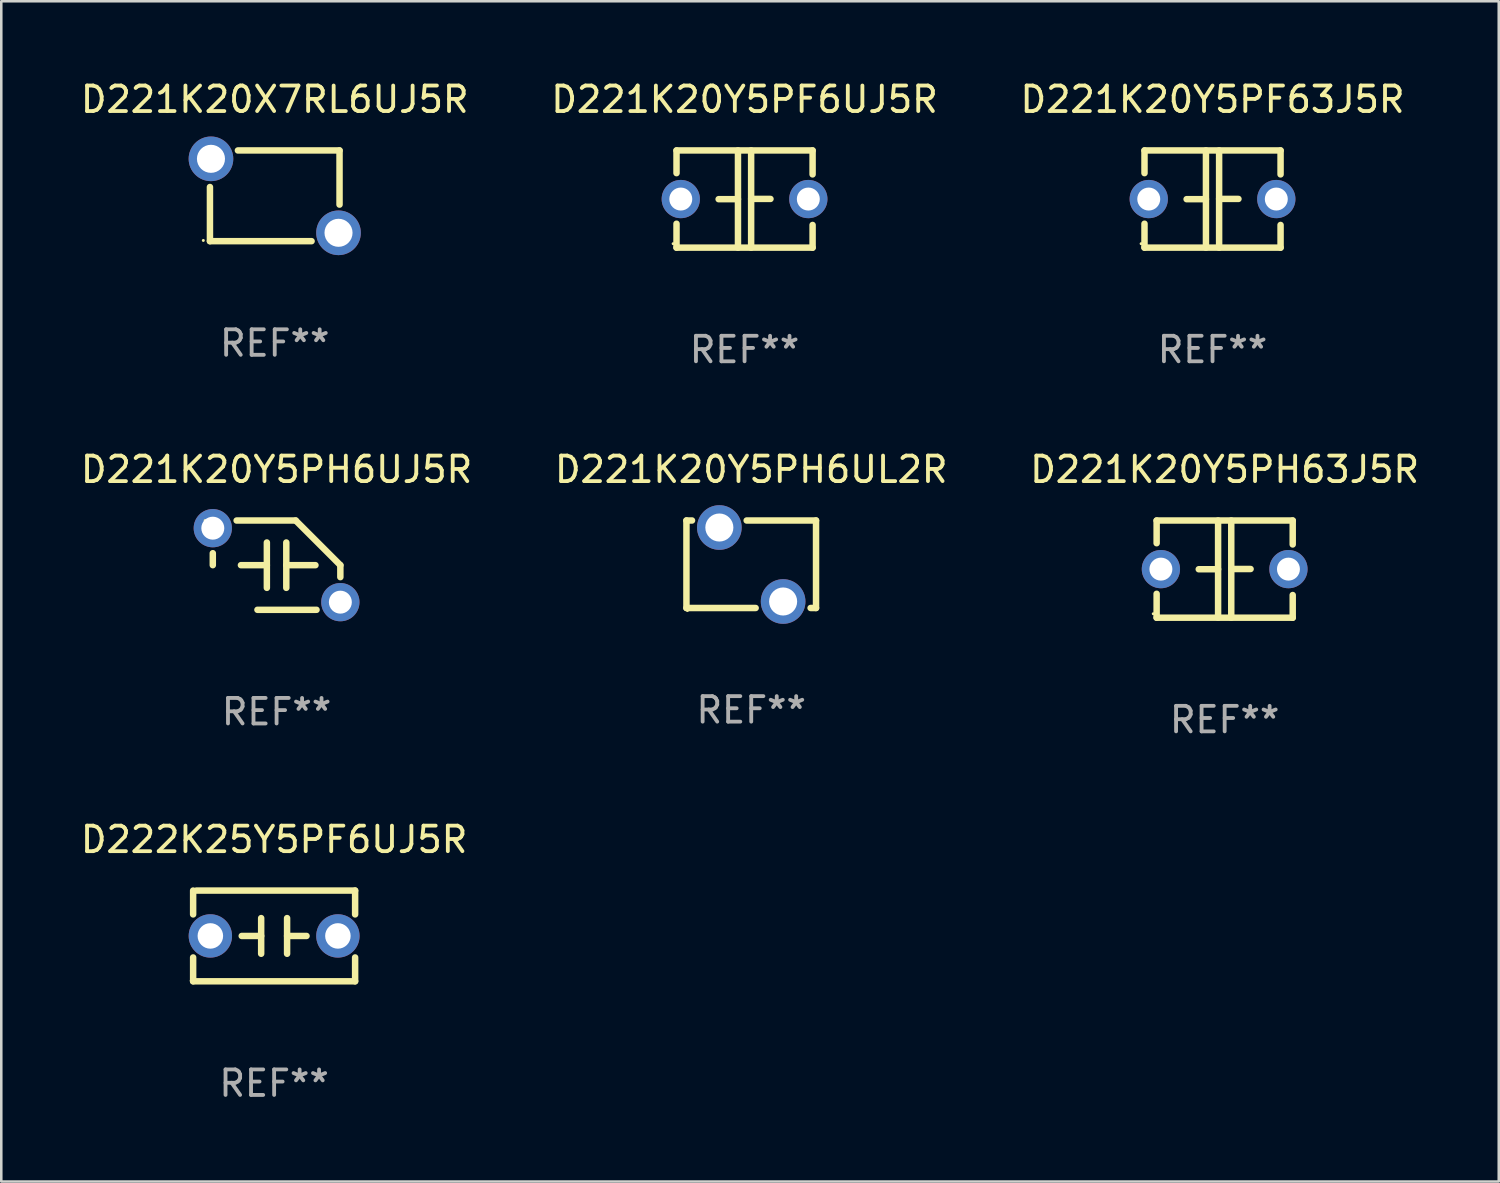
<source format=kicad_pcb>
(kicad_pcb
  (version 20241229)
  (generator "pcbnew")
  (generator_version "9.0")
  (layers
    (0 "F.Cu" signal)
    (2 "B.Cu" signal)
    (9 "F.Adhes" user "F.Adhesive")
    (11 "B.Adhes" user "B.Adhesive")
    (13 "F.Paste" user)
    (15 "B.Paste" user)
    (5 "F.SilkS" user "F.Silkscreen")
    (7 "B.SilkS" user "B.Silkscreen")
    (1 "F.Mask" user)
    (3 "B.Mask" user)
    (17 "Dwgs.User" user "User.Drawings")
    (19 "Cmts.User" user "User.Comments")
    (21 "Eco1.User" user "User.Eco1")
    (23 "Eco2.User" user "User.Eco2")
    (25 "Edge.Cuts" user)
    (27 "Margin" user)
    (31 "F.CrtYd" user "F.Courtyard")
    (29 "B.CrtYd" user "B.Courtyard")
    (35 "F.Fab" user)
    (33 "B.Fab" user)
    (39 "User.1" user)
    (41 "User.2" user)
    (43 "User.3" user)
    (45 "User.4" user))
  (footprint "D221K20Y5PF6UJ5R"
    (layer "F.Cu")
    (at 26.137 4.753)
    (property "Reference" "D221K20Y5PF6UJ5R" (at 0 -3.905 0) (layer "F.SilkS") (effects (font (size 1 1) (thickness 0.15))))
    (attr through_hole)
    (fp_line (start -2.667 -1.905) (end -2.667 -1.016) (stroke (width 0.254) (type solid)) (layer "F.SilkS"))
    (fp_line (start -2.667 0.967) (end -2.667 1.905) (stroke (width 0.254) (type solid)) (layer "F.SilkS"))
    (fp_line (start -2.667 1.905) (end 2.667 1.905) (stroke (width 0.254) (type solid)) (layer "F.SilkS"))
    (fp_line (start -0.258 0.005) (end -1.016 0.005) (stroke (width 0.254) (type solid)) (layer "F.SilkS"))
    (fp_line (start -0.258 1.905) (end -0.258 -1.905) (stroke (width 0.254) (type solid)) (layer "F.SilkS"))
    (fp_line (start 0.258 -1.905) (end 0.258 1.905) (stroke (width 0.254) (type solid)) (layer "F.SilkS"))
    (fp_line (start 0.258 -0.005) (end 1.016 -0.005) (stroke (width 0.254) (type solid)) (layer "F.SilkS"))
    (fp_line (start 2.667 -1.905) (end -2.667 -1.905) (stroke (width 0.254) (type solid)) (layer "F.SilkS"))
    (fp_line (start 2.667 -0.967) (end 2.667 -1.905) (stroke (width 0.254) (type solid)) (layer "F.SilkS"))
    (fp_line (start 2.667 1.905) (end 2.667 1.016) (stroke (width 0.254) (type solid)) (layer "F.SilkS"))
    (fp_circle (center -2.8 1.75) (end -2.77 1.75) (stroke (width 0.06) (type solid)) (fill no) (layer "F.SilkS"))
    (fp_text user "REF**" (at 0 5.905 0) (layer "F.Fab") (effects (font (size 1 1) (thickness 0.15))))
    (pad "1" thru_hole circle (at -2.5 0) (size 1.5 1.5) (drill 0.9) (layers "*.Cu" "*.Mask"))
    (pad "2" thru_hole circle (at 2.5 0) (size 1.5 1.5) (drill 0.9) (layers "*.Cu" "*.Mask")))
  (footprint "D222K25Y5PF6UJ5R"
    (layer "F.Cu")
    (at 7.696 33.639)
    (property "Reference" "D222K25Y5PF6UJ5R" (at 0 -3.778 0) (layer "F.SilkS") (effects (font (size 1 1) (thickness 0.15))))
    (attr through_hole)
    (fp_line (start -3.175 -1.778) (end -3.175 -0.844) (stroke (width 0.254) (type solid)) (layer "F.SilkS"))
    (fp_line (start -3.175 0.844) (end -3.175 1.778) (stroke (width 0.254) (type solid)) (layer "F.SilkS"))
    (fp_line (start -3.175 1.778) (end 3.175 1.778) (stroke (width 0.254) (type solid)) (layer "F.SilkS"))
    (fp_line (start -0.508 -0.699) (end -0.508 0.699) (stroke (width 0.254) (type solid)) (layer "F.SilkS"))
    (fp_line (start -0.508 0.001) (end -1.27 0.001) (stroke (width 0.254) (type solid)) (layer "F.SilkS"))
    (fp_line (start 0.508 0.001) (end 1.27 0.001) (stroke (width 0.254) (type solid)) (layer "F.SilkS"))
    (fp_line (start 0.508 0.699) (end 0.508 -0.699) (stroke (width 0.254) (type solid)) (layer "F.SilkS"))
    (fp_line (start 3.175 -1.778) (end -3.048 -1.778) (stroke (width 0.254) (type solid)) (layer "F.SilkS"))
    (fp_line (start 3.175 -0.844) (end 3.175 -1.778) (stroke (width 0.254) (type solid)) (layer "F.SilkS"))
    (fp_line (start 3.175 1.778) (end 3.175 0.844) (stroke (width 0.254) (type solid)) (layer "F.SilkS"))
    (fp_circle (center -3.25 1.75) (end -3.22 1.75) (stroke (width 0.06) (type solid)) (fill no) (layer "F.SilkS"))
    (fp_text user "REF**" (at 0 5.778 0) (layer "F.Fab") (effects (font (size 1 1) (thickness 0.15))))
    (pad "1" thru_hole circle (at -2.5 0) (size 1.7 1.7) (drill 1) (layers "*.Cu" "*.Mask"))
    (pad "2" thru_hole circle (at 2.5 0) (size 1.7 1.7) (drill 1) (layers "*.Cu" "*.Mask")))
  (footprint "D221K20Y5PH63J5R"
    (layer "F.Cu")
    (at 44.958 19.26)
    (property "Reference" "D221K20Y5PH63J5R" (at 0 -3.905 0) (layer "F.SilkS") (effects (font (size 1 1) (thickness 0.15))))
    (attr through_hole)
    (fp_line (start -2.667 -1.905) (end -2.667 -1.016) (stroke (width 0.254) (type solid)) (layer "F.SilkS"))
    (fp_line (start -2.667 0.967) (end -2.667 1.905) (stroke (width 0.254) (type solid)) (layer "F.SilkS"))
    (fp_line (start -2.667 1.905) (end 2.667 1.905) (stroke (width 0.254) (type solid)) (layer "F.SilkS"))
    (fp_line (start -0.258 0.005) (end -1.016 0.005) (stroke (width 0.254) (type solid)) (layer "F.SilkS"))
    (fp_line (start -0.258 1.905) (end -0.258 -1.905) (stroke (width 0.254) (type solid)) (layer "F.SilkS"))
    (fp_line (start 0.258 -1.905) (end 0.258 1.905) (stroke (width 0.254) (type solid)) (layer "F.SilkS"))
    (fp_line (start 0.258 -0.005) (end 1.016 -0.005) (stroke (width 0.254) (type solid)) (layer "F.SilkS"))
    (fp_line (start 2.667 -1.905) (end -2.667 -1.905) (stroke (width 0.254) (type solid)) (layer "F.SilkS"))
    (fp_line (start 2.667 -0.967) (end 2.667 -1.905) (stroke (width 0.254) (type solid)) (layer "F.SilkS"))
    (fp_line (start 2.667 1.905) (end 2.667 1.016) (stroke (width 0.254) (type solid)) (layer "F.SilkS"))
    (fp_circle (center -2.8 1.75) (end -2.77 1.75) (stroke (width 0.06) (type solid)) (fill no) (layer "F.SilkS"))
    (fp_text user "REF**" (at 0 5.905 0) (layer "F.Fab") (effects (font (size 1 1) (thickness 0.15))))
    (pad "1" thru_hole circle (at -2.5 0) (size 1.5 1.5) (drill 0.9) (layers "*.Cu" "*.Mask"))
    (pad "2" thru_hole circle (at 2.5 0) (size 1.5 1.5) (drill 0.9) (layers "*.Cu" "*.Mask")))
  (footprint "D221K20Y5PF63J5R"
    (layer "F.Cu")
    (at 44.482 4.753)
    (property "Reference" "D221K20Y5PF63J5R" (at 0 -3.905 0) (layer "F.SilkS") (effects (font (size 1 1) (thickness 0.15))))
    (attr through_hole)
    (fp_line (start -2.667 -1.905) (end -2.667 -1.016) (stroke (width 0.254) (type solid)) (layer "F.SilkS"))
    (fp_line (start -2.667 0.967) (end -2.667 1.905) (stroke (width 0.254) (type solid)) (layer "F.SilkS"))
    (fp_line (start -2.667 1.905) (end 2.667 1.905) (stroke (width 0.254) (type solid)) (layer "F.SilkS"))
    (fp_line (start -0.258 0.005) (end -1.016 0.005) (stroke (width 0.254) (type solid)) (layer "F.SilkS"))
    (fp_line (start -0.258 1.905) (end -0.258 -1.905) (stroke (width 0.254) (type solid)) (layer "F.SilkS"))
    (fp_line (start 0.258 -1.905) (end 0.258 1.905) (stroke (width 0.254) (type solid)) (layer "F.SilkS"))
    (fp_line (start 0.258 -0.005) (end 1.016 -0.005) (stroke (width 0.254) (type solid)) (layer "F.SilkS"))
    (fp_line (start 2.667 -1.905) (end -2.667 -1.905) (stroke (width 0.254) (type solid)) (layer "F.SilkS"))
    (fp_line (start 2.667 -0.967) (end 2.667 -1.905) (stroke (width 0.254) (type solid)) (layer "F.SilkS"))
    (fp_line (start 2.667 1.905) (end 2.667 1.016) (stroke (width 0.254) (type solid)) (layer "F.SilkS"))
    (fp_circle (center -2.8 1.75) (end -2.77 1.75) (stroke (width 0.06) (type solid)) (fill no) (layer "F.SilkS"))
    (fp_text user "REF**" (at 0 5.905 0) (layer "F.Fab") (effects (font (size 1 1) (thickness 0.15))))
    (pad "1" thru_hole circle (at -2.5 0) (size 1.5 1.5) (drill 0.9) (layers "*.Cu" "*.Mask"))
    (pad "2" thru_hole circle (at 2.5 0) (size 1.5 1.5) (drill 0.9) (layers "*.Cu" "*.Mask")))
  (footprint "D221K20X7RL6UJ5R"
    (layer "F.Cu")
    (at 7.72 4.626)
    (property "Reference" "D221K20X7RL6UJ5R" (at 0 -3.778 0) (layer "F.SilkS") (effects (font (size 1 1) (thickness 0.15))))
    (attr through_hole)
    (fp_line (start -2.54 1.778) (end -2.54 -0.345) (stroke (width 0.254) (type solid)) (layer "F.SilkS"))
    (fp_line (start 1.444 1.778) (end -2.54 1.778) (stroke (width 0.254) (type solid)) (layer "F.SilkS"))
    (fp_line (start 2.54 -1.778) (end -1.444 -1.778) (stroke (width 0.254) (type solid)) (layer "F.SilkS"))
    (fp_line (start 2.54 -1.778) (end 2.54 0.345) (stroke (width 0.254) (type solid)) (layer "F.SilkS"))
    (fp_circle (center -2.8 1.75) (end -2.77 1.75) (stroke (width 0.06) (type solid)) (fill no) (layer "F.SilkS"))
    (fp_text user "REF**" (at 0 5.778 0) (layer "F.Fab") (effects (font (size 1 1) (thickness 0.15))))
    (pad "1" thru_hole circle (at -2.5 -1.45) (size 1.75 1.75) (drill 1.1) (layers "*.Cu" "*.Mask"))
    (pad "2" thru_hole circle (at 2.5 1.45) (size 1.75 1.75) (drill 1.1) (layers "*.Cu" "*.Mask")))
  (footprint "D221K20Y5PH6UJ5R"
    (layer "F.Cu")
    (at 7.792 19.105)
    (property "Reference" "D221K20Y5PH6UJ5R" (at 0 -3.75 0) (layer "F.SilkS") (effects (font (size 1 1) (thickness 0.15))))
    (attr through_hole)
    (fp_line (start -2.5 0) (end -2.5 -0.469) (stroke (width 0.254) (type solid)) (layer "F.SilkS"))
    (fp_line (start -1.397 0) (end -0.381 0) (stroke (width 0.254) (type solid)) (layer "F.SilkS"))
    (fp_line (start -0.75 1.75) (end 1.566 1.75) (stroke (width 0.254) (type solid)) (layer "F.SilkS"))
    (fp_line (start -0.381 -0.889) (end -0.381 0.889) (stroke (width 0.254) (type solid)) (layer "F.SilkS"))
    (fp_line (start 0.381 -0.889) (end 0.381 0.889) (stroke (width 0.254) (type solid)) (layer "F.SilkS"))
    (fp_line (start 0.75 -1.75) (end -1.566 -1.75) (stroke (width 0.254) (type solid)) (layer "F.SilkS"))
    (fp_line (start 1.524 0) (end 0.381 0) (stroke (width 0.254) (type solid)) (layer "F.SilkS"))
    (fp_line (start 2.5 0) (end 2.5 0.469) (stroke (width 0.254) (type solid)) (layer "F.SilkS"))
    (fp_arc (start -2.499962 0) (mid 2.499984 -0.000022) (end -2.499962 0) (stroke (width 0.254001) (type solid)) (layer "F.SilkS"))
    (fp_arc (start 2.500013 0) (mid 1.623463 -0.873464) (end 0.749999 -1.750014) (stroke (width 0.254001) (type solid)) (layer "F.SilkS"))
    (fp_circle (center -2.8 -1.75) (end -2.77 -1.75) (stroke (width 0.06) (type solid)) (fill no) (layer "F.SilkS"))
    (fp_text user "REF**" (at 0 5.75 0) (layer "F.Fab") (effects (font (size 1 1) (thickness 0.15))))
    (pad "1" thru_hole circle (at -2.5 -1.45) (size 1.5 1.5) (drill 0.9) (layers "*.Cu" "*.Mask"))
    (pad "2" thru_hole circle (at 2.5 1.45) (size 1.5 1.5) (drill 0.9) (layers "*.Cu" "*.Mask")))
  (footprint "D221K20Y5PH6UL2R"
    (layer "F.Cu")
    (at 26.399 19.069)
    (property "Reference" "D221K20Y5PH6UL2R" (at 0 -3.715 0) (layer "F.SilkS") (effects (font (size 1 1) (thickness 0.15))))
    (attr through_hole)
    (fp_line (start -2.54 -1.715) (end -2.321 -1.715) (stroke (width 0.254) (type solid)) (layer "F.SilkS"))
    (fp_line (start -2.54 1.715) (end -2.54 -1.715) (stroke (width 0.254) (type solid)) (layer "F.SilkS"))
    (fp_line (start -0.179 -1.715) (end 2.54 -1.715) (stroke (width 0.254) (type solid)) (layer "F.SilkS"))
    (fp_line (start 0.173 1.715) (end -2.54 1.715) (stroke (width 0.254) (type solid)) (layer "F.SilkS"))
    (fp_line (start 2.54 -1.715) (end 2.54 1.715) (stroke (width 0.254) (type solid)) (layer "F.SilkS"))
    (fp_line (start 2.54 1.715) (end 2.327 1.715) (stroke (width 0.254) (type solid)) (layer "F.SilkS"))
    (fp_circle (center -2.5 1.814) (end -2.47 1.814) (stroke (width 0.06) (type solid)) (fill no) (layer "F.SilkS"))
    (fp_text user "REF**" (at 0 5.715 0) (layer "F.Fab") (effects (font (size 1 1) (thickness 0.15))))
    (pad "1" thru_hole circle (at -1.25 -1.44) (size 1.75 1.75) (drill 1.1) (layers "*.Cu" "*.Mask"))
    (pad "2" thru_hole circle (at 1.25 1.46) (size 1.75 1.75) (drill 1.1) (layers "*.Cu" "*.Mask")))
  (gr_rect
    (start -3 -3)
    (end 55.702 43.266)
    (stroke (width 0.1) (type default))
    (fill no)
    (layer "Edge.Cuts")))
</source>
